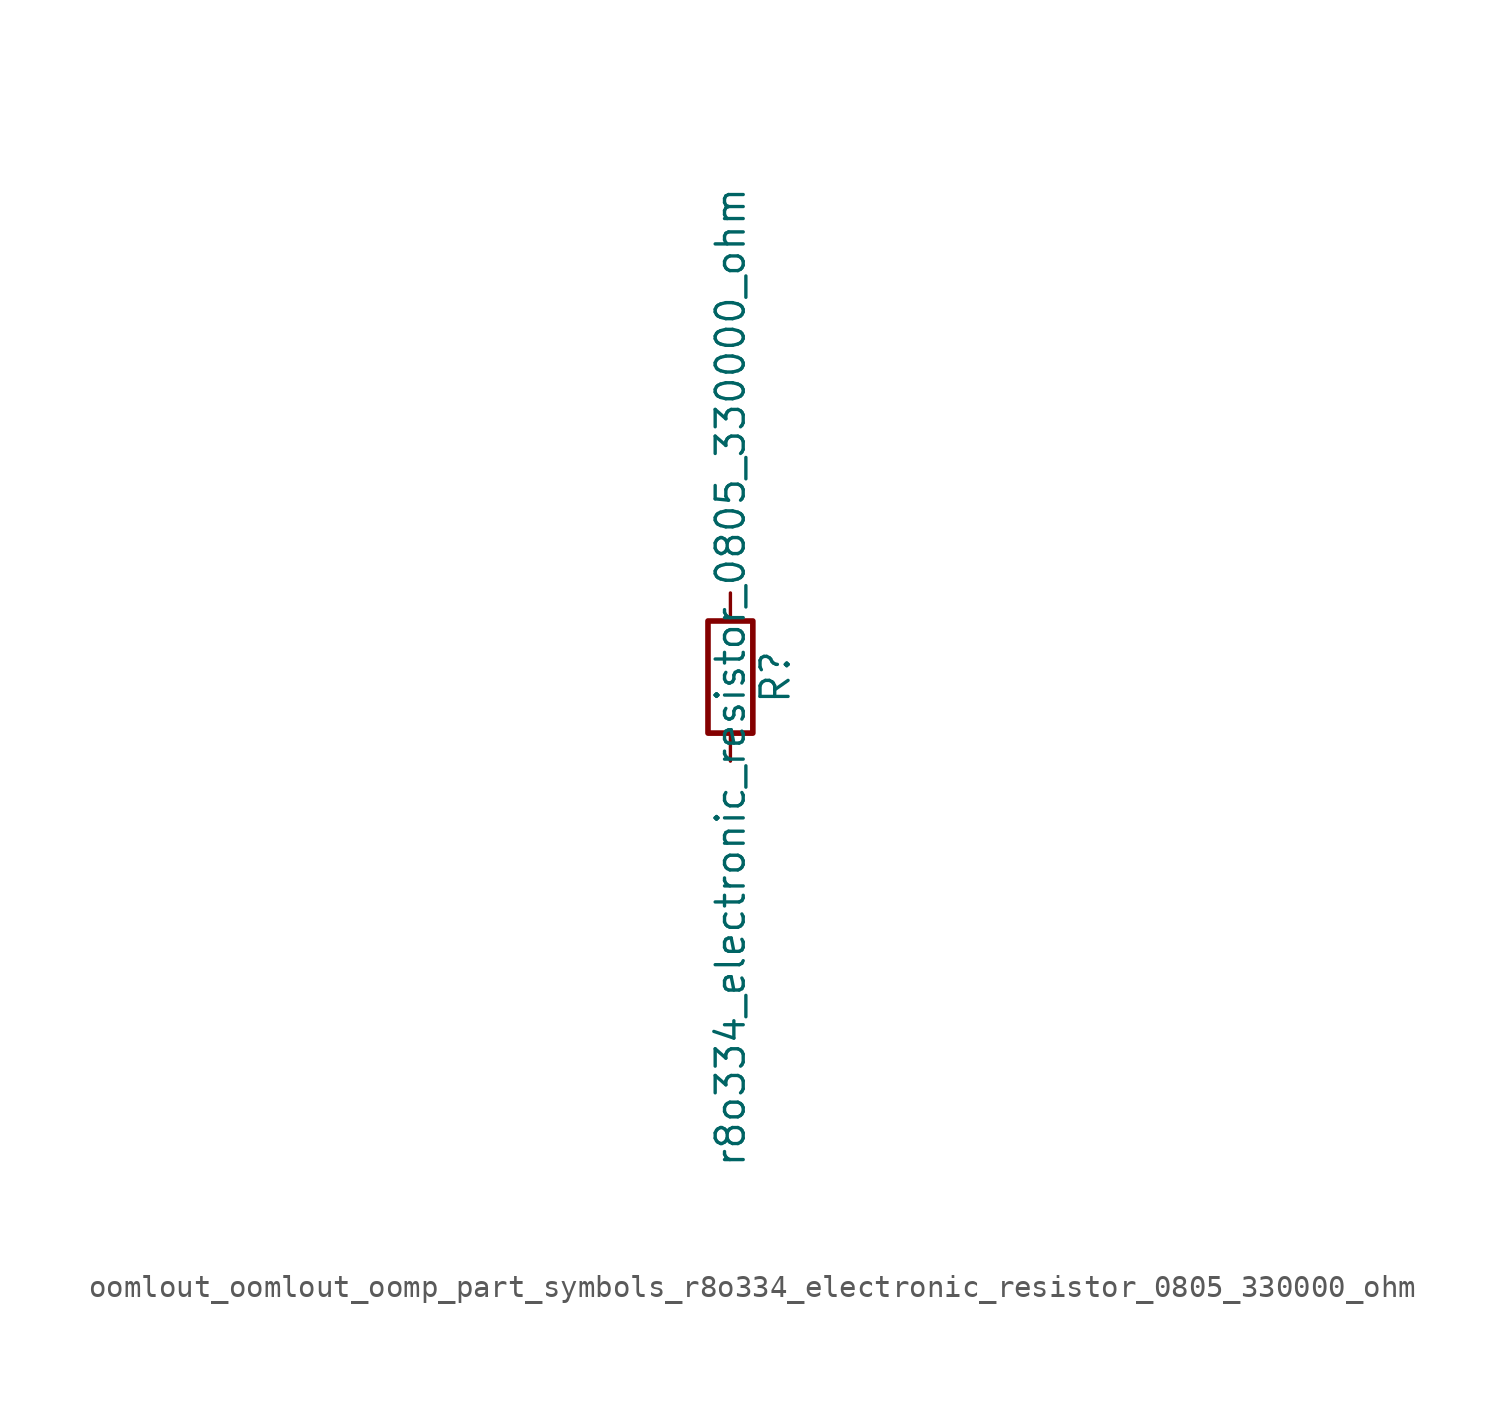
<source format=kicad_sym>
(kicad_symbol_lib
  (version 20220914)
  (generator kicad_symbol_editor)
  (symbol "oomlout_oomlout_oomp_part_symbols_r8o334_electronic_resistor_0805_330000_ohm"
    (pin_numbers hide)
    (pin_names
      (offset 0))
    (property "Reference" "R"
      (at 2.032 0 90)
      (effects (font (size 1.27 1.27))))
    (property "Value" "r8o334_electronic_resistor_0805_330000_ohm"
      (at 0 0 90)
      (effects (font (size 1.27 1.27))))
    (symbol "oomlout_oomlout_oomp_part_symbols_r8o334_electronic_resistor_0805_330000_ohm_0_1"
      (rectangle (start -1.016 -2.54) (end 1.016 2.54) (stroke (width 0.254) (type default)) (fill (type none))))
    (symbol "oomlout_oomlout_oomp_part_symbols_r8o334_electronic_resistor_0805_330000_ohm_1_1"
      (pin passive line (at 0 3.81 270) (length 1.27) (name "~" (effects (font (size 1.27 1.27)))) (number "1" (effects (font (size 1.27 1.27)))))
      (pin passive line (at 0 -3.81 90) (length 1.27) (name "~" (effects (font (size 1.27 1.27)))) (number "2" (effects (font (size 1.27 1.27))))))))
</source>
